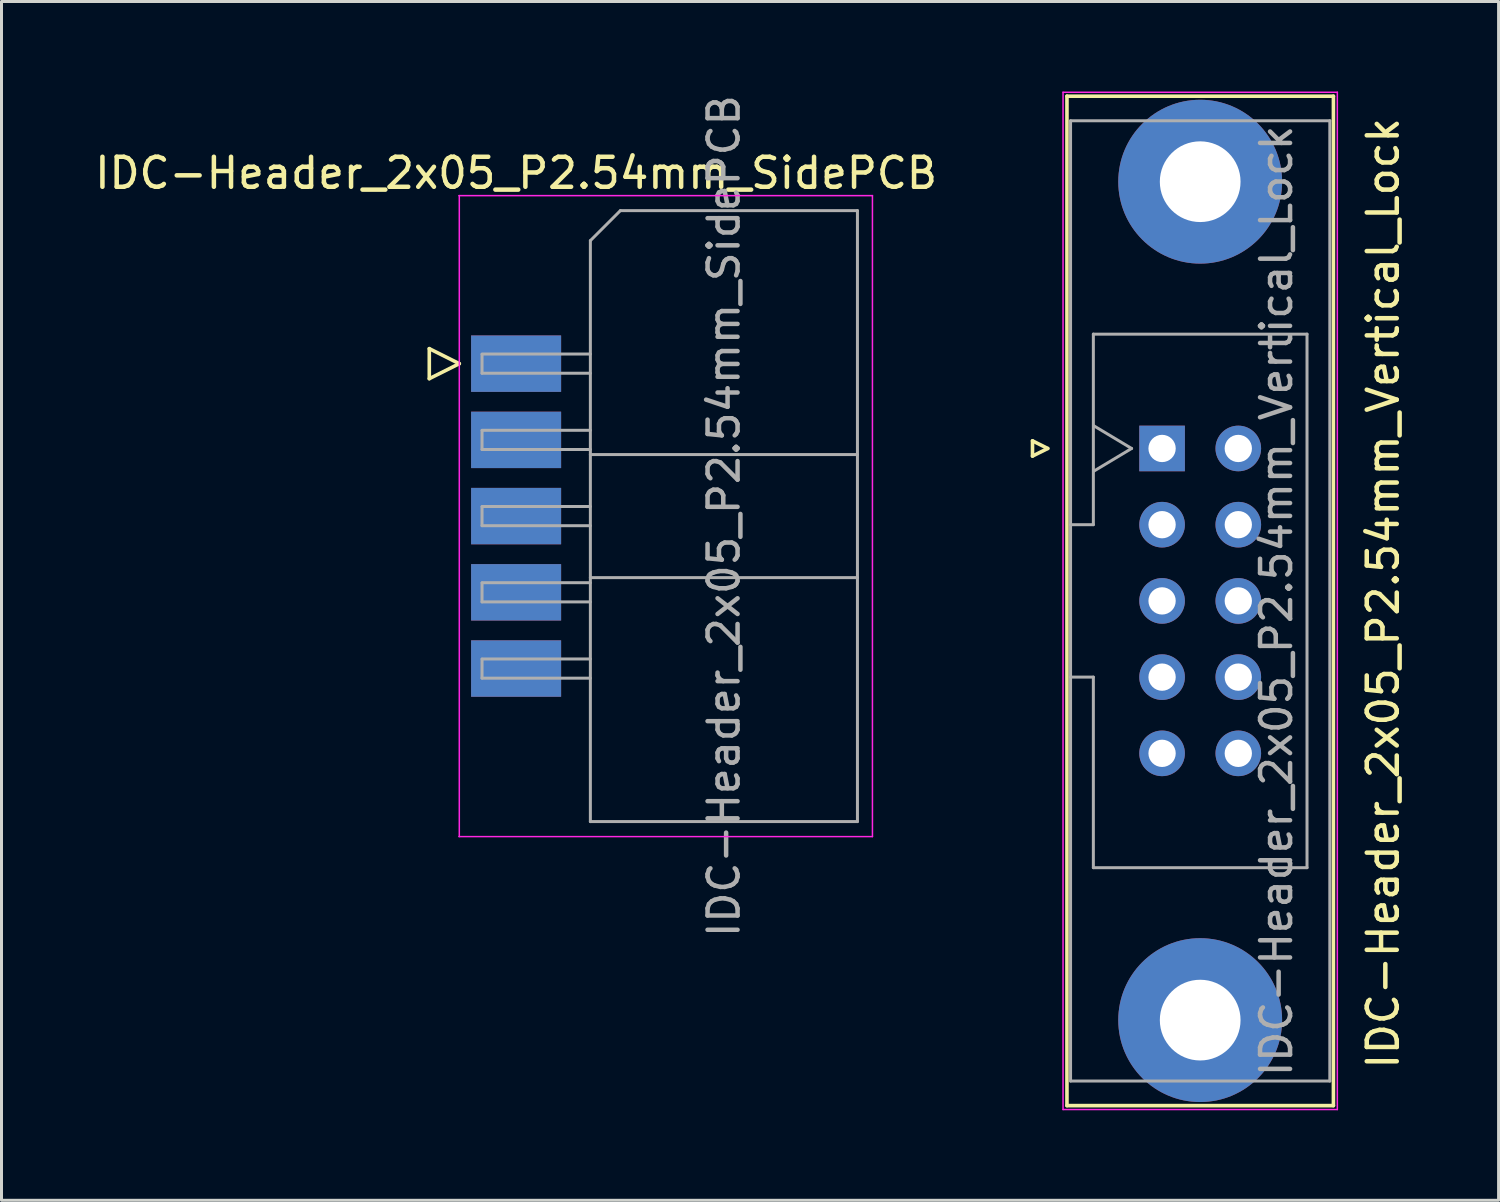
<source format=kicad_pcb>
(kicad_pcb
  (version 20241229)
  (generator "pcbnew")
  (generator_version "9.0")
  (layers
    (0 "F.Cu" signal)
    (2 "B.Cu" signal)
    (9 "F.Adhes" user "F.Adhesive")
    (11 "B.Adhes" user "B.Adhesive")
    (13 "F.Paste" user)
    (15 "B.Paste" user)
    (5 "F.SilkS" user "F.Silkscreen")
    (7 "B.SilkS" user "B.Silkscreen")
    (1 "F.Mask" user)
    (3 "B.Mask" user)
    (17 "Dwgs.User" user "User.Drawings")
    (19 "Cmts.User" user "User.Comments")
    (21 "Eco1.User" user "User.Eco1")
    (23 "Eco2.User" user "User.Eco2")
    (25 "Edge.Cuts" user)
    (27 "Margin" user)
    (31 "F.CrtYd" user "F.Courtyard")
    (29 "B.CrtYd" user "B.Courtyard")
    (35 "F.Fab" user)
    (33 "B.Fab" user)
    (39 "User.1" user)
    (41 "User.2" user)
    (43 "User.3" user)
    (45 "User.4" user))
  (footprint "IDC-Header_2x05_P2.54mm_SidePCB"
    (layer "F.Cu")
    (at 12.244 9.069)
    (property "Reference" "IDC-Header_2x05_P2.54mm_SidePCB" (at 1.905 -6.35 0) (layer "F.SilkS") (effects (font (size 1 1) (thickness 0.15))))
    (attr smd)
    (fp_line (start -0.988 -0.5) (end -0.988 0.5) (stroke (width 0.12) (type solid)) (layer "F.SilkS"))
    (fp_line (start -0.988 0.5) (end 0.012 0) (stroke (width 0.12) (type solid)) (layer "F.SilkS"))
    (fp_line (start 0.012 0) (end -0.988 -0.5) (stroke (width 0.12) (type solid)) (layer "F.SilkS"))
    (fp_line (start 0 15.76) (end 13.78 15.76) (stroke (width 0.05) (type solid)) (layer "F.CrtYd"))
    (fp_line (start 0.012 -5.6) (end 0.012 15.76) (stroke (width 0.05) (type solid)) (layer "F.CrtYd"))
    (fp_line (start 13.78 -5.6) (end 0 -5.6) (stroke (width 0.05) (type solid)) (layer "F.CrtYd"))
    (fp_line (start 13.78 15.76) (end 13.78 -5.6) (stroke (width 0.05) (type solid)) (layer "F.CrtYd"))
    (fp_line (start 0.77 -0.31) (end 0.769 0.318) (stroke (width 0.1) (type solid)) (layer "F.Fab"))
    (fp_line (start 0.77 0.32) (end 4.38 0.32) (stroke (width 0.1) (type solid)) (layer "F.Fab"))
    (fp_line (start 0.77 2.23) (end 0.769 2.858) (stroke (width 0.1) (type solid)) (layer "F.Fab"))
    (fp_line (start 0.77 2.86) (end 4.38 2.86) (stroke (width 0.1) (type solid)) (layer "F.Fab"))
    (fp_line (start 0.77 4.77) (end 0.769 5.398) (stroke (width 0.1) (type solid)) (layer "F.Fab"))
    (fp_line (start 0.77 5.4) (end 4.38 5.4) (stroke (width 0.1) (type solid)) (layer "F.Fab"))
    (fp_line (start 0.77 7.31) (end 0.769 7.938) (stroke (width 0.1) (type solid)) (layer "F.Fab"))
    (fp_line (start 0.77 7.94) (end 4.38 7.94) (stroke (width 0.1) (type solid)) (layer "F.Fab"))
    (fp_line (start 0.77 9.85) (end 0.769 10.478) (stroke (width 0.1) (type solid)) (layer "F.Fab"))
    (fp_line (start 0.77 10.48) (end 4.38 10.48) (stroke (width 0.1) (type solid)) (layer "F.Fab"))
    (fp_line (start 4.38 -4.1) (end 5.38 -5.1) (stroke (width 0.1) (type solid)) (layer "F.Fab"))
    (fp_line (start 4.38 -0.32) (end 0.77 -0.32) (stroke (width 0.1) (type solid)) (layer "F.Fab"))
    (fp_line (start 4.38 2.22) (end 0.77 2.22) (stroke (width 0.1) (type solid)) (layer "F.Fab"))
    (fp_line (start 4.38 3.03) (end 13.28 3.03) (stroke (width 0.1) (type solid)) (layer "F.Fab"))
    (fp_line (start 4.38 4.76) (end 0.77 4.76) (stroke (width 0.1) (type solid)) (layer "F.Fab"))
    (fp_line (start 4.38 7.13) (end 13.28 7.13) (stroke (width 0.1) (type solid)) (layer "F.Fab"))
    (fp_line (start 4.38 7.3) (end 0.77 7.3) (stroke (width 0.1) (type solid)) (layer "F.Fab"))
    (fp_line (start 4.38 9.84) (end 0.77 9.84) (stroke (width 0.1) (type solid)) (layer "F.Fab"))
    (fp_line (start 4.38 15.26) (end 4.38 -4.1) (stroke (width 0.1) (type solid)) (layer "F.Fab"))
    (fp_line (start 5.38 -5.1) (end 13.28 -5.1) (stroke (width 0.1) (type solid)) (layer "F.Fab"))
    (fp_line (start 13.28 -5.1) (end 13.28 15.26) (stroke (width 0.1) (type solid)) (layer "F.Fab"))
    (fp_line (start 13.28 15.26) (end 4.38 15.26) (stroke (width 0.1) (type solid)) (layer "F.Fab"))
    (fp_text user "${REFERENCE}" (at 8.83 5.08 90) (layer "F.Fab") (effects (font (size 1 1) (thickness 0.15))))
    (pad "1" smd rect (at 1.905 0) (size 3 1.88) (layers "F.Cu" "F.Mask" "F.Paste"))
    (pad "2" smd rect (at 1.905 0) (size 3 1.88) (layers "B.Cu" "B.Mask" "B.Paste"))
    (pad "3" smd rect (at 1.905 2.54) (size 3 1.88) (layers "F.Cu" "F.Mask" "F.Paste"))
    (pad "4" smd rect (at 1.905 2.54) (size 3 1.88) (layers "B.Cu" "B.Mask" "B.Paste"))
    (pad "5" smd rect (at 1.905 5.08) (size 3 1.88) (layers "F.Cu" "F.Mask" "F.Paste"))
    (pad "6" smd rect (at 1.905 5.08) (size 3 1.88) (layers "B.Cu" "B.Mask" "B.Paste"))
    (pad "7" smd rect (at 1.905 7.62) (size 3 1.88) (layers "F.Cu" "F.Mask" "F.Paste"))
    (pad "8" smd rect (at 1.905 7.62) (size 3 1.88) (layers "B.Cu" "B.Mask" "B.Paste"))
    (pad "9" smd rect (at 1.905 10.16) (size 3 1.88) (layers "F.Cu" "F.Mask" "F.Paste"))
    (pad "10" smd rect (at 1.905 10.16) (size 3 1.88) (layers "B.Cu" "B.Mask" "B.Paste")))
  (footprint "IDC-Header_2x05_P2.54mm_Vertical_Lock"
    (layer "F.Cu")
    (at 35.676 11.895)
    (property "Reference" "IDC-Header_2x05_P2.54mm_Vertical_Lock" (at 7.366 4.826 270) (layer "F.SilkS") (effects (font (size 1 1) (thickness 0.15))))
    (attr through_hole)
    (fp_line (start -4.318 -0.254) (end -4.318 0.254) (stroke (width 0.12) (type solid)) (layer "F.SilkS"))
    (fp_line (start -4.318 0.254) (end -3.81 0) (stroke (width 0.12) (type solid)) (layer "F.SilkS"))
    (fp_line (start -3.81 0) (end -4.318 -0.254) (stroke (width 0.12) (type solid)) (layer "F.SilkS"))
    (fp_line (start -3.17 21.9) (end -3.17 -11.74) (stroke (width 0.12) (type solid)) (layer "F.SilkS"))
    (fp_line (start -3.17 21.9) (end 5.71 21.9) (stroke (width 0.12) (type solid)) (layer "F.SilkS"))
    (fp_line (start 5.71 -11.74) (end -3.17 -11.74) (stroke (width 0.12) (type solid)) (layer "F.SilkS"))
    (fp_line (start 5.71 -11.74) (end 5.71 21.9) (stroke (width 0.12) (type solid)) (layer "F.SilkS"))
    (fp_line (start -3.3 22.03) (end -3.3 -11.87) (stroke (width 0.05) (type solid)) (layer "F.CrtYd"))
    (fp_line (start -3.3 22.03) (end 5.84 22.03) (stroke (width 0.05) (type solid)) (layer "F.CrtYd"))
    (fp_line (start 5.84 -11.87) (end -3.3 -11.87) (stroke (width 0.05) (type solid)) (layer "F.CrtYd"))
    (fp_line (start 5.84 -11.87) (end 5.84 22.03) (stroke (width 0.05) (type solid)) (layer "F.CrtYd"))
    (fp_line (start -3.05 -10.92) (end 5.59 -10.92) (stroke (width 0.1) (type solid)) (layer "F.Fab"))
    (fp_line (start -3.05 2.54) (end -2.29 2.54) (stroke (width 0.1) (type solid)) (layer "F.Fab"))
    (fp_line (start -3.05 21.08) (end -3.05 -10.92) (stroke (width 0.1) (type solid)) (layer "F.Fab"))
    (fp_line (start -2.29 -3.81) (end 4.83 -3.81) (stroke (width 0.1) (type solid)) (layer "F.Fab"))
    (fp_line (start -2.29 2.54) (end -2.29 -3.81) (stroke (width 0.1) (type solid)) (layer "F.Fab"))
    (fp_line (start -2.29 7.62) (end -3.05 7.62) (stroke (width 0.1) (type solid)) (layer "F.Fab"))
    (fp_line (start -2.29 13.97) (end -2.29 7.62) (stroke (width 0.1) (type solid)) (layer "F.Fab"))
    (fp_line (start -2.29 13.97) (end 4.83 13.97) (stroke (width 0.1) (type solid)) (layer "F.Fab"))
    (fp_line (start -2.286 -0.762) (end -1.016 0) (stroke (width 0.1) (type solid)) (layer "F.Fab"))
    (fp_line (start -1.016 0) (end -2.286 0.762) (stroke (width 0.1) (type solid)) (layer "F.Fab"))
    (fp_line (start 4.83 -3.81) (end 4.83 13.97) (stroke (width 0.1) (type solid)) (layer "F.Fab"))
    (fp_line (start 5.59 -10.92) (end 5.59 21.08) (stroke (width 0.1) (type solid)) (layer "F.Fab"))
    (fp_line (start 5.59 21.08) (end -3.05 21.08) (stroke (width 0.1) (type solid)) (layer "F.Fab"))
    (fp_text user "${REFERENCE}" (at 3.81 5.08 90) (layer "F.Fab") (effects (font (size 1 1) (thickness 0.15))))
    (pad "" thru_hole circle (at 1.27 -8.89 270) (size 5.46 5.46) (drill 2.69) (layers "*.Cu" "*.Mask"))
    (pad "" thru_hole circle (at 1.27 19.05 270) (size 5.46 5.46) (drill 2.69) (layers "*.Cu" "*.Mask"))
    (pad "1" thru_hole rect (at 0 0 270) (size 1.52 1.52) (drill 0.91) (layers "*.Cu" "*.Mask"))
    (pad "2" thru_hole circle (at 2.54 0 270) (size 1.52 1.52) (drill 0.91) (layers "*.Cu" "*.Mask"))
    (pad "3" thru_hole circle (at 0 2.54 270) (size 1.52 1.52) (drill 0.91) (layers "*.Cu" "*.Mask"))
    (pad "4" thru_hole circle (at 2.54 2.54 270) (size 1.52 1.52) (drill 0.91) (layers "*.Cu" "*.Mask"))
    (pad "5" thru_hole circle (at 0 5.08 270) (size 1.52 1.52) (drill 0.91) (layers "*.Cu" "*.Mask"))
    (pad "6" thru_hole circle (at 2.54 5.08 270) (size 1.52 1.52) (drill 0.91) (layers "*.Cu" "*.Mask"))
    (pad "7" thru_hole circle (at 0 7.62 270) (size 1.52 1.52) (drill 0.91) (layers "*.Cu" "*.Mask"))
    (pad "8" thru_hole circle (at 2.54 7.62 270) (size 1.52 1.52) (drill 0.91) (layers "*.Cu" "*.Mask"))
    (pad "9" thru_hole circle (at 0 10.16 270) (size 1.52 1.52) (drill 0.91) (layers "*.Cu" "*.Mask"))
    (pad "10" thru_hole circle (at 2.54 10.16 270) (size 1.52 1.52) (drill 0.91) (layers "*.Cu" "*.Mask")))
  (gr_rect
    (start -3 -3)
    (end 46.89 36.95)
    (stroke (width 0.1) (type default))
    (fill no)
    (layer "Edge.Cuts")))
</source>
